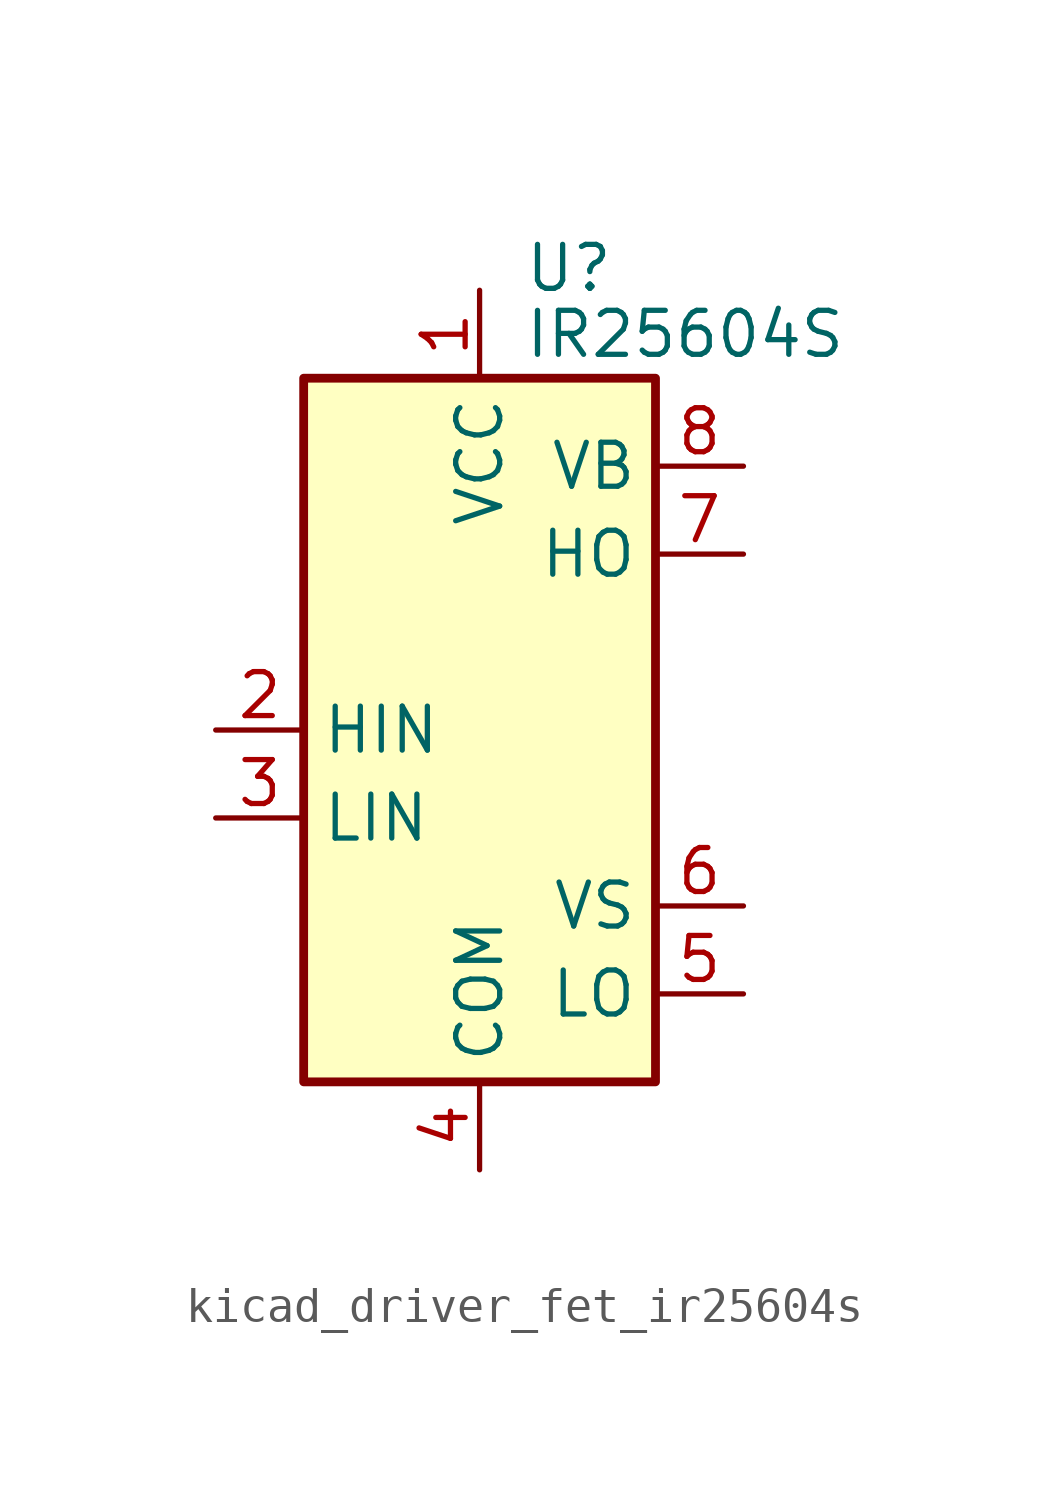
<source format=kicad_sym>
(kicad_symbol_lib
  (version 20220914)
  (generator kicad_symbol_editor)
  (symbol "kicad_driver_fet_ir25604s"
    (property "Reference" "U"
      (at 1.27 13.335 0)
      (effects (font (size 1.27 1.27)) (justify left)))
    (property "Value" "IR25604S"
      (at 1.27 11.43 0)
      (effects (font (size 1.27 1.27)) (justify left)))
    (symbol "kicad_driver_fet_ir25604s_0_1"
      (rectangle (start -5.08 -10.16) (end 5.08 10.16) (stroke (width 0.254) (type default)) (fill (type background))))
    (symbol "kicad_driver_fet_ir25604s_1_1"
      (pin power_in line (at 0 12.7 270) (length 2.54) (name "VCC" (effects (font (size 1.27 1.27)))) (number "1" (effects (font (size 1.27 1.27)))))
      (pin input line (at -7.62 0 0) (length 2.54) (name "HIN" (effects (font (size 1.27 1.27)))) (number "2" (effects (font (size 1.27 1.27)))))
      (pin input line (at -7.62 -2.54 0) (length 2.54) (name "LIN" (effects (font (size 1.27 1.27)))) (number "3" (effects (font (size 1.27 1.27)))))
      (pin power_in line (at 0 -12.7 90) (length 2.54) (name "COM" (effects (font (size 1.27 1.27)))) (number "4" (effects (font (size 1.27 1.27)))))
      (pin output line (at 7.62 -7.62 180) (length 2.54) (name "LO" (effects (font (size 1.27 1.27)))) (number "5" (effects (font (size 1.27 1.27)))))
      (pin passive line (at 7.62 -5.08 180) (length 2.54) (name "VS" (effects (font (size 1.27 1.27)))) (number "6" (effects (font (size 1.27 1.27)))))
      (pin output line (at 7.62 5.08 180) (length 2.54) (name "HO" (effects (font (size 1.27 1.27)))) (number "7" (effects (font (size 1.27 1.27)))))
      (pin passive line (at 7.62 7.62 180) (length 2.54) (name "VB" (effects (font (size 1.27 1.27)))) (number "8" (effects (font (size 1.27 1.27))))))))
</source>
